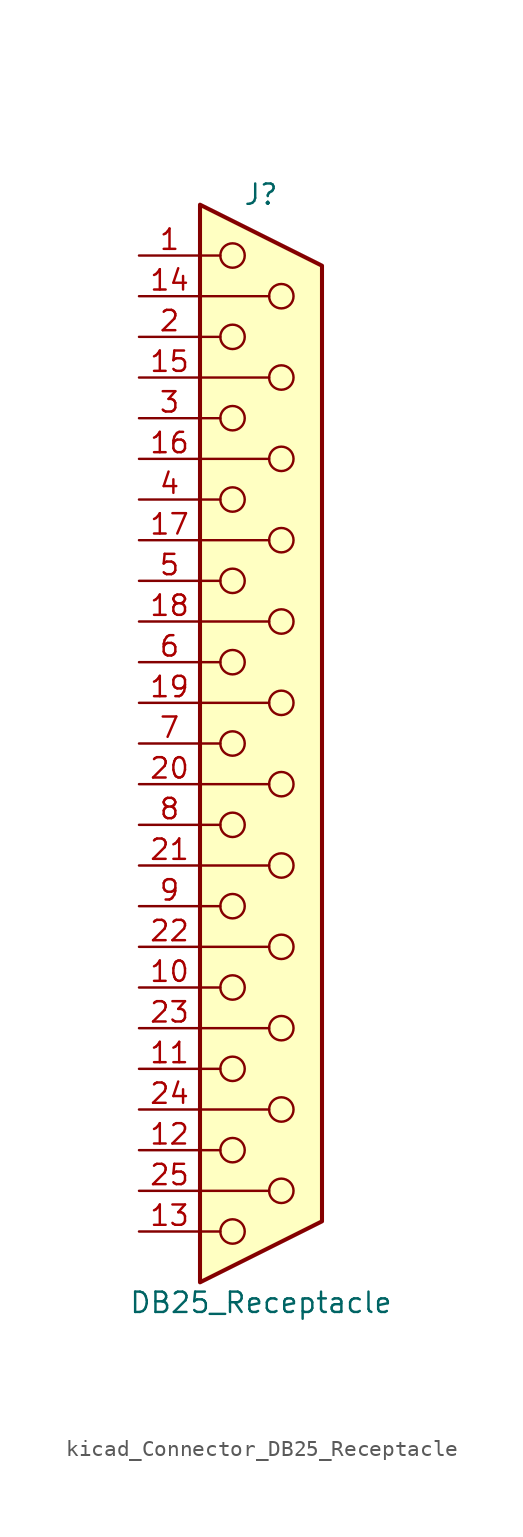
<source format=kicad_sym>
(kicad_symbol_lib
  (version 20220914)
  (generator kicad_symbol_editor)
  (symbol "kicad_Connector_DB25_Receptacle"
    (pin_names
      (offset 1.016) hide)
    (property "Reference" "J"
      (at 0 34.29 0)
      (effects (font (size 1.27 1.27))))
    (property "Value" "DB25_Receptacle"
      (at 0 -34.925 0)
      (effects (font (size 1.27 1.27))))
    (symbol "kicad_Connector_DB25_Receptacle_0_1"
      (circle (center -1.778 -30.48) (radius 0.762) (stroke (width 0) (type default)) (fill (type none)))
      (circle (center -1.778 -25.4) (radius 0.762) (stroke (width 0) (type default)) (fill (type none)))
      (circle (center -1.778 -20.32) (radius 0.762) (stroke (width 0) (type default)) (fill (type none)))
      (circle (center -1.778 -15.24) (radius 0.762) (stroke (width 0) (type default)) (fill (type none)))
      (circle (center -1.778 -10.16) (radius 0.762) (stroke (width 0) (type default)) (fill (type none)))
      (circle (center -1.778 -5.08) (radius 0.762) (stroke (width 0) (type default)) (fill (type none)))
      (circle (center -1.778 0) (radius 0.762) (stroke (width 0) (type default)) (fill (type none)))
      (circle (center -1.778 5.08) (radius 0.762) (stroke (width 0) (type default)) (fill (type none)))
      (circle (center -1.778 10.16) (radius 0.762) (stroke (width 0) (type default)) (fill (type none)))
      (circle (center -1.778 15.24) (radius 0.762) (stroke (width 0) (type default)) (fill (type none)))
      (circle (center -1.778 20.32) (radius 0.762) (stroke (width 0) (type default)) (fill (type none)))
      (circle (center -1.778 25.4) (radius 0.762) (stroke (width 0) (type default)) (fill (type none)))
      (circle (center -1.778 30.48) (radius 0.762) (stroke (width 0) (type default)) (fill (type none)))
      (polyline (pts (xy -3.81 -30.48) (xy -2.54 -30.48)) (stroke (width 0) (type default)) (fill (type none)))
      (polyline (pts (xy -3.81 -27.94) (xy 0.508 -27.94)) (stroke (width 0) (type default)) (fill (type none)))
      (polyline (pts (xy -3.81 -25.4) (xy -2.54 -25.4)) (stroke (width 0) (type default)) (fill (type none)))
      (polyline (pts (xy -3.81 -22.86) (xy 0.508 -22.86)) (stroke (width 0) (type default)) (fill (type none)))
      (polyline (pts (xy -3.81 -20.32) (xy -2.54 -20.32)) (stroke (width 0) (type default)) (fill (type none)))
      (polyline (pts (xy -3.81 -17.78) (xy 0.508 -17.78)) (stroke (width 0) (type default)) (fill (type none)))
      (polyline (pts (xy -3.81 -15.24) (xy -2.54 -15.24)) (stroke (width 0) (type default)) (fill (type none)))
      (polyline (pts (xy -3.81 -12.7) (xy 0.508 -12.7)) (stroke (width 0) (type default)) (fill (type none)))
      (polyline (pts (xy -3.81 -10.16) (xy -2.54 -10.16)) (stroke (width 0) (type default)) (fill (type none)))
      (polyline (pts (xy -3.81 -7.62) (xy 0.508 -7.62)) (stroke (width 0) (type default)) (fill (type none)))
      (polyline (pts (xy -3.81 -5.08) (xy -2.54 -5.08)) (stroke (width 0) (type default)) (fill (type none)))
      (polyline (pts (xy -3.81 -2.54) (xy 0.508 -2.54)) (stroke (width 0) (type default)) (fill (type none)))
      (polyline (pts (xy -3.81 0) (xy -2.54 0)) (stroke (width 0) (type default)) (fill (type none)))
      (polyline (pts (xy -3.81 2.54) (xy 0.508 2.54)) (stroke (width 0) (type default)) (fill (type none)))
      (polyline (pts (xy -3.81 5.08) (xy -2.54 5.08)) (stroke (width 0) (type default)) (fill (type none)))
      (polyline (pts (xy -3.81 7.62) (xy 0.508 7.62)) (stroke (width 0) (type default)) (fill (type none)))
      (polyline (pts (xy -3.81 10.16) (xy -2.54 10.16)) (stroke (width 0) (type default)) (fill (type none)))
      (polyline (pts (xy -3.81 12.7) (xy 0.508 12.7)) (stroke (width 0) (type default)) (fill (type none)))
      (polyline (pts (xy -3.81 15.24) (xy -2.54 15.24)) (stroke (width 0) (type default)) (fill (type none)))
      (polyline (pts (xy -3.81 17.78) (xy 0.508 17.78)) (stroke (width 0) (type default)) (fill (type none)))
      (polyline (pts (xy -3.81 20.32) (xy -2.54 20.32)) (stroke (width 0) (type default)) (fill (type none)))
      (polyline (pts (xy -3.81 22.86) (xy 0.508 22.86)) (stroke (width 0) (type default)) (fill (type none)))
      (polyline (pts (xy -3.81 25.4) (xy -2.54 25.4)) (stroke (width 0) (type default)) (fill (type none)))
      (polyline (pts (xy -3.81 27.94) (xy 0.508 27.94)) (stroke (width 0) (type default)) (fill (type none)))
      (polyline (pts (xy -3.81 30.48) (xy -2.54 30.48)) (stroke (width 0) (type default)) (fill (type none)))
      (polyline (pts (xy -3.81 33.655) (xy 3.81 29.845) (xy 3.81 -29.845) (xy -3.81 -33.655) (xy -3.81 33.655)) (stroke (width 0.254) (type default)) (fill (type background)))
      (circle (center 1.27 -27.94) (radius 0.762) (stroke (width 0) (type default)) (fill (type none)))
      (circle (center 1.27 -22.86) (radius 0.762) (stroke (width 0) (type default)) (fill (type none)))
      (circle (center 1.27 -17.78) (radius 0.762) (stroke (width 0) (type default)) (fill (type none)))
      (circle (center 1.27 -12.7) (radius 0.762) (stroke (width 0) (type default)) (fill (type none)))
      (circle (center 1.27 -7.62) (radius 0.762) (stroke (width 0) (type default)) (fill (type none)))
      (circle (center 1.27 -2.54) (radius 0.762) (stroke (width 0) (type default)) (fill (type none)))
      (circle (center 1.27 2.54) (radius 0.762) (stroke (width 0) (type default)) (fill (type none)))
      (circle (center 1.27 7.62) (radius 0.762) (stroke (width 0) (type default)) (fill (type none)))
      (circle (center 1.27 12.7) (radius 0.762) (stroke (width 0) (type default)) (fill (type none)))
      (circle (center 1.27 17.78) (radius 0.762) (stroke (width 0) (type default)) (fill (type none)))
      (circle (center 1.27 22.86) (radius 0.762) (stroke (width 0) (type default)) (fill (type none)))
      (circle (center 1.27 27.94) (radius 0.762) (stroke (width 0) (type default)) (fill (type none))))
    (symbol "kicad_Connector_DB25_Receptacle_1_1"
      (pin passive line (at -7.62 30.48 0) (length 3.81) (name "1" (effects (font (size 1.27 1.27)))) (number "1" (effects (font (size 1.27 1.27)))))
      (pin passive line (at -7.62 -15.24 0) (length 3.81) (name "10" (effects (font (size 1.27 1.27)))) (number "10" (effects (font (size 1.27 1.27)))))
      (pin passive line (at -7.62 -20.32 0) (length 3.81) (name "11" (effects (font (size 1.27 1.27)))) (number "11" (effects (font (size 1.27 1.27)))))
      (pin passive line (at -7.62 -25.4 0) (length 3.81) (name "12" (effects (font (size 1.27 1.27)))) (number "12" (effects (font (size 1.27 1.27)))))
      (pin passive line (at -7.62 -30.48 0) (length 3.81) (name "13" (effects (font (size 1.27 1.27)))) (number "13" (effects (font (size 1.27 1.27)))))
      (pin passive line (at -7.62 27.94 0) (length 3.81) (name "P14" (effects (font (size 1.27 1.27)))) (number "14" (effects (font (size 1.27 1.27)))))
      (pin passive line (at -7.62 22.86 0) (length 3.81) (name "P15" (effects (font (size 1.27 1.27)))) (number "15" (effects (font (size 1.27 1.27)))))
      (pin passive line (at -7.62 17.78 0) (length 3.81) (name "P16" (effects (font (size 1.27 1.27)))) (number "16" (effects (font (size 1.27 1.27)))))
      (pin passive line (at -7.62 12.7 0) (length 3.81) (name "P17" (effects (font (size 1.27 1.27)))) (number "17" (effects (font (size 1.27 1.27)))))
      (pin passive line (at -7.62 7.62 0) (length 3.81) (name "P18" (effects (font (size 1.27 1.27)))) (number "18" (effects (font (size 1.27 1.27)))))
      (pin passive line (at -7.62 2.54 0) (length 3.81) (name "P19" (effects (font (size 1.27 1.27)))) (number "19" (effects (font (size 1.27 1.27)))))
      (pin passive line (at -7.62 25.4 0) (length 3.81) (name "2" (effects (font (size 1.27 1.27)))) (number "2" (effects (font (size 1.27 1.27)))))
      (pin passive line (at -7.62 -2.54 0) (length 3.81) (name "P20" (effects (font (size 1.27 1.27)))) (number "20" (effects (font (size 1.27 1.27)))))
      (pin passive line (at -7.62 -7.62 0) (length 3.81) (name "P21" (effects (font (size 1.27 1.27)))) (number "21" (effects (font (size 1.27 1.27)))))
      (pin passive line (at -7.62 -12.7 0) (length 3.81) (name "P22" (effects (font (size 1.27 1.27)))) (number "22" (effects (font (size 1.27 1.27)))))
      (pin passive line (at -7.62 -17.78 0) (length 3.81) (name "P23" (effects (font (size 1.27 1.27)))) (number "23" (effects (font (size 1.27 1.27)))))
      (pin passive line (at -7.62 -22.86 0) (length 3.81) (name "P24" (effects (font (size 1.27 1.27)))) (number "24" (effects (font (size 1.27 1.27)))))
      (pin passive line (at -7.62 -27.94 0) (length 3.81) (name "P25" (effects (font (size 1.27 1.27)))) (number "25" (effects (font (size 1.27 1.27)))))
      (pin passive line (at -7.62 20.32 0) (length 3.81) (name "3" (effects (font (size 1.27 1.27)))) (number "3" (effects (font (size 1.27 1.27)))))
      (pin passive line (at -7.62 15.24 0) (length 3.81) (name "4" (effects (font (size 1.27 1.27)))) (number "4" (effects (font (size 1.27 1.27)))))
      (pin passive line (at -7.62 10.16 0) (length 3.81) (name "5" (effects (font (size 1.27 1.27)))) (number "5" (effects (font (size 1.27 1.27)))))
      (pin passive line (at -7.62 5.08 0) (length 3.81) (name "6" (effects (font (size 1.27 1.27)))) (number "6" (effects (font (size 1.27 1.27)))))
      (pin passive line (at -7.62 0 0) (length 3.81) (name "7" (effects (font (size 1.27 1.27)))) (number "7" (effects (font (size 1.27 1.27)))))
      (pin passive line (at -7.62 -5.08 0) (length 3.81) (name "8" (effects (font (size 1.27 1.27)))) (number "8" (effects (font (size 1.27 1.27)))))
      (pin passive line (at -7.62 -10.16 0) (length 3.81) (name "9" (effects (font (size 1.27 1.27)))) (number "9" (effects (font (size 1.27 1.27))))))))
</source>
